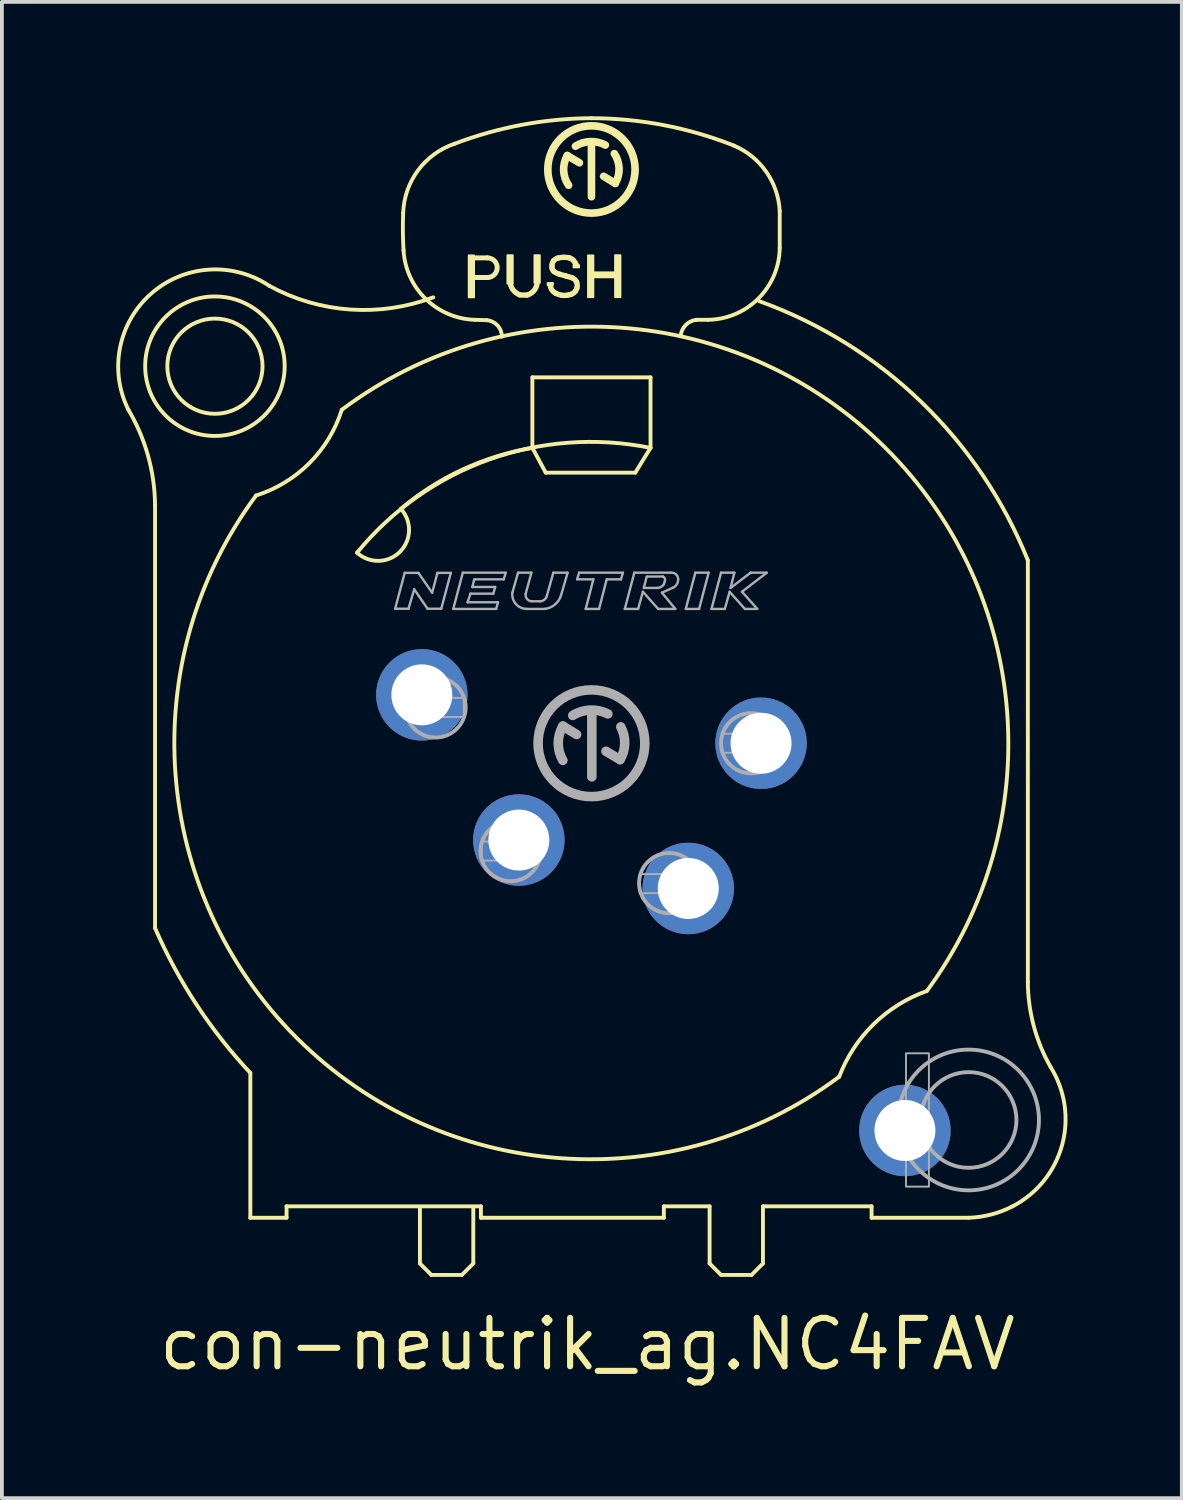
<source format=kicad_pcb>
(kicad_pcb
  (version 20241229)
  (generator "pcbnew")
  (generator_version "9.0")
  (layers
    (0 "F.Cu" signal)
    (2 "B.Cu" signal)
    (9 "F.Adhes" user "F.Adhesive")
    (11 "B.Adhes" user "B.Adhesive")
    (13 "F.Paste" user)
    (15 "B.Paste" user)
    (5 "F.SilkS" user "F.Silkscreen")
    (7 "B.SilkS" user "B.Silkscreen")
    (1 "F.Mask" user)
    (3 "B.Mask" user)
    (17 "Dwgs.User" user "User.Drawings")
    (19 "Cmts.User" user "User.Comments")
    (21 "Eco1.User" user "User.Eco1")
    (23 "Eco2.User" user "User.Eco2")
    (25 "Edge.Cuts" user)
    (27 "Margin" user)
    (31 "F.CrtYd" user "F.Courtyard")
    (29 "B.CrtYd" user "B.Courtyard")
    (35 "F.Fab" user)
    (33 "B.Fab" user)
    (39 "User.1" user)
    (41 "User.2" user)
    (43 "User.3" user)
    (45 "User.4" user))
  (footprint "con-neutrik_ag.NC4FAV"
    (layer "F.Cu")
    (at 12.468 16.451)
    (property "Reference" "con-neutrik_ag.NC4FAV" (at -11.43 16.51 0) (layer "F.SilkS") (effects (font (size 1.27 1.27) (thickness 0.16)) (justify left bottom)))
    (attr through_hole)
    (fp_line (start -11.45 -6.25) (end -11.45 4.85) (stroke (width 0.102) (type default)) (layer "F.SilkS"))
    (fp_line (start -8.95 8.65) (end -8.95 12.45) (stroke (width 0.102) (type default)) (layer "F.SilkS"))
    (fp_line (start -8.95 12.45) (end -8 12.45) (stroke (width 0.102) (type default)) (layer "F.SilkS"))
    (fp_line (start -8 12.15) (end -2.9 12.15) (stroke (width 0.102) (type default)) (layer "F.SilkS"))
    (fp_line (start -8 12.45) (end -8 12.15) (stroke (width 0.102) (type default)) (layer "F.SilkS"))
    (fp_line (start -4.5 12.2) (end -4.5 13.65) (stroke (width 0.102) (type default)) (layer "F.SilkS"))
    (fp_line (start -4.5 13.65) (end -4.2 13.95) (stroke (width 0.102) (type default)) (layer "F.SilkS"))
    (fp_line (start -4.2 13.95) (end -3.4 13.95) (stroke (width 0.102) (type default)) (layer "F.SilkS"))
    (fp_line (start -3.4 13.95) (end -3.1 13.65) (stroke (width 0.102) (type default)) (layer "F.SilkS"))
    (fp_line (start -3.13 -12.735) (end -2.73 -12.735) (stroke (width 0.13) (type default)) (layer "F.SilkS"))
    (fp_line (start -3.1 13.65) (end -3.1 12.2) (stroke (width 0.102) (type default)) (layer "F.SilkS"))
    (fp_line (start -2.9 12.15) (end -2.9 12.45) (stroke (width 0.102) (type default)) (layer "F.SilkS"))
    (fp_line (start -2.9 12.45) (end 1.9 12.45) (stroke (width 0.102) (type default)) (layer "F.SilkS"))
    (fp_line (start -2.75 -11.1) (end -3.06 -11.11) (stroke (width 0.102) (type default)) (layer "F.SilkS"))
    (fp_line (start -2.72 -12.22) (end -3.11 -12.22) (stroke (width 0.13) (type default)) (layer "F.SilkS"))
    (fp_line (start -1.55 -9.6) (end -1.55 -7.75) (stroke (width 0.102) (type default)) (layer "F.SilkS"))
    (fp_line (start -1.55 -7.75) (end -1.2 -7.1) (stroke (width 0.102) (type default)) (layer "F.SilkS"))
    (fp_line (start -1.2 -7.1) (end 1.15 -7.1) (stroke (width 0.102) (type default)) (layer "F.SilkS"))
    (fp_line (start -1.08 -12.01) (end -1.075 -11.985) (stroke (width 0.14) (type default)) (layer "F.SilkS"))
    (fp_line (start -0.315 -15.23) (end -0.635 -15.42) (stroke (width 0.2) (type default)) (layer "F.SilkS"))
    (fp_line (start 0 -14.34) (end 0 -15.73) (stroke (width 0.2) (type default)) (layer "F.SilkS"))
    (fp_line (start 0.32 -14.875) (end 0.625 -14.69) (stroke (width 0.2) (type default)) (layer "F.SilkS"))
    (fp_line (start 1.15 -7.1) (end 1.55 -7.75) (stroke (width 0.102) (type default)) (layer "F.SilkS"))
    (fp_line (start 1.55 -9.6) (end -1.55 -9.6) (stroke (width 0.102) (type default)) (layer "F.SilkS"))
    (fp_line (start 1.55 -7.75) (end 1.55 -9.6) (stroke (width 0.102) (type default)) (layer "F.SilkS"))
    (fp_line (start 1.9 12.15) (end 3.1 12.15) (stroke (width 0.102) (type default)) (layer "F.SilkS"))
    (fp_line (start 1.9 12.45) (end 1.9 12.15) (stroke (width 0.102) (type default)) (layer "F.SilkS"))
    (fp_line (start 3.1 12.15) (end 3.1 13.65) (stroke (width 0.102) (type default)) (layer "F.SilkS"))
    (fp_line (start 3.1 13.65) (end 3.4 13.95) (stroke (width 0.102) (type default)) (layer "F.SilkS"))
    (fp_line (start 3.4 13.95) (end 4.2 13.95) (stroke (width 0.102) (type default)) (layer "F.SilkS"))
    (fp_line (start 4.2 13.95) (end 4.5 13.65) (stroke (width 0.102) (type default)) (layer "F.SilkS"))
    (fp_line (start 4.5 12.15) (end 7.35 12.15) (stroke (width 0.102) (type default)) (layer "F.SilkS"))
    (fp_line (start 4.5 13.65) (end 4.5 12.15) (stroke (width 0.102) (type default)) (layer "F.SilkS"))
    (fp_line (start 4.94 -13.96) (end 4.94 -13) (stroke (width 0.102) (type default)) (layer "F.SilkS"))
    (fp_line (start 7.35 12.15) (end 7.35 12.45) (stroke (width 0.102) (type default)) (layer "F.SilkS"))
    (fp_line (start 7.35 12.45) (end 9.9 12.45) (stroke (width 0.102) (type default)) (layer "F.SilkS"))
    (fp_line (start 11.45 6.25) (end 11.45 -4.8) (stroke (width 0.102) (type default)) (layer "F.SilkS"))
    (fp_rect (start -3.22 -11.7) (end -3.08 -12.8) (stroke (width 0.05) (type default)) (fill yes) (layer "F.SilkS"))
    (fp_rect (start -2.205 -12.06) (end -2.065 -12.805) (stroke (width 0.05) (type default)) (fill yes) (layer "F.SilkS"))
    (fp_rect (start -1.495 -12.08) (end -1.355 -12.805) (stroke (width 0.05) (type default)) (fill yes) (layer "F.SilkS"))
    (fp_rect (start -1.15 -12.025) (end -1.01 -12.075) (stroke (width 0.05) (type default)) (fill yes) (layer "F.SilkS"))
    (fp_rect (start -0.47 -12.485) (end -0.325 -12.545) (stroke (width 0.05) (type default)) (fill yes) (layer "F.SilkS"))
    (fp_rect (start -0.09 -11.705) (end 0.05 -12.8) (stroke (width 0.05) (type default)) (fill yes) (layer "F.SilkS"))
    (fp_rect (start 0.035 -12.225) (end 0.64 -12.355) (stroke (width 0.05) (type default)) (fill yes) (layer "F.SilkS"))
    (fp_rect (start 0.62 -11.705) (end 0.76 -12.805) (stroke (width 0.05) (type default)) (fill yes) (layer "F.SilkS"))
    (fp_arc (start -12.15 -8.75) (mid -11.634641 -7.5463) (end -11.45 -6.25) (stroke (width 0.1016) (type default)) (layer "F.SilkS"))
    (fp_arc (start -12.15 -8.75) (mid -11.550563 -11.798718) (end -8.45 -12) (stroke (width 0.1016) (type default)) (layer "F.SilkS"))
    (fp_arc (start -8.95 8.65) (mid -10.362445 6.856872) (end -11.45 4.85) (stroke (width 0.1016) (type default)) (layer "F.SilkS"))
    (fp_arc (start -6.55 -8.75) (mid -7.399996 -7.349996) (end -8.8 -6.5) (stroke (width 0.1016) (type default)) (layer "F.SilkS"))
    (fp_arc (start -6.55 -8.75) (mid 7.709647 -7.752825) (end 8.8 6.5) (stroke (width 0.1016) (type default)) (layer "F.SilkS"))
    (fp_arc (start -6.15 -5) (mid -2.682297 -7.445431) (end 1.55 -7.75) (stroke (width 0.1016) (type default)) (layer "F.SilkS"))
    (fp_arc (start -5 -6.15) (mid -5.024457 -5.024457) (end -6.15 -5) (stroke (width 0.1016) (type default)) (layer "F.SilkS"))
    (fp_arc (start -5 -6.15) (mid -3.382475 -7.181744) (end -1.55 -7.75) (stroke (width 0.1016) (type default)) (layer "F.SilkS"))
    (fp_arc (start -4.94 -13.91) (mid -4.55018 -15.031535) (end -3.59 -15.73) (stroke (width 0.1016) (type default)) (layer "F.SilkS"))
    (fp_arc (start -4.93 -12.93) (mid -4.946992 -13.419878) (end -4.94 -13.91) (stroke (width 0.1016) (type default)) (layer "F.SilkS"))
    (fp_arc (start -4.15 -11.7) (mid -6.332781 -11.380141) (end -8.45 -12) (stroke (width 0.1016) (type default)) (layer "F.SilkS"))
    (fp_arc (start -3.59 -15.73) (mid -1.825069 -16.226116) (end 0 -16.4) (stroke (width 0.1016) (type default)) (layer "F.SilkS"))
    (fp_arc (start -3.06 -11.11) (mid -4.347878 -11.657427) (end -4.93 -12.93) (stroke (width 0.1016) (type default)) (layer "F.SilkS"))
    (fp_arc (start -2.75 -11.1) (mid -2.465454 -10.963647) (end -2.35 -10.67) (stroke (width 0.1016) (type default)) (layer "F.SilkS"))
    (fp_arc (start -2.73 -12.735) (mid -2.472451 -12.482404) (end -2.72 -12.22) (stroke (width 0.13) (type default)) (layer "F.SilkS"))
    (fp_arc (start -1.88 -11.765) (mid -2.064528 -11.907658) (end -2.135 -12.13) (stroke (width 0.14) (type default)) (layer "F.SilkS"))
    (fp_arc (start -1.69 -11.76) (mid -1.785118 -11.758012) (end -1.88 -11.765) (stroke (width 0.14) (type default)) (layer "F.SilkS"))
    (fp_arc (start -1.425 -12.13) (mid -1.491164 -11.897489) (end -1.69 -11.76) (stroke (width 0.14) (type default)) (layer "F.SilkS"))
    (fp_arc (start -1.035 -12.545) (mid -1.023242 -12.602997) (end -0.995 -12.655) (stroke (width 0.14) (type default)) (layer "F.SilkS"))
    (fp_arc (start -1.035 -12.475) (mid -1.035897 -12.51) (end -1.035 -12.545) (stroke (width 0.14) (type default)) (layer "F.SilkS"))
    (fp_arc (start -0.995 -12.655) (mid -0.944061 -12.70256) (end -0.88 -12.73) (stroke (width 0.14) (type default)) (layer "F.SilkS"))
    (fp_arc (start -0.98 -12.375) (mid -1.018985 -12.418684) (end -1.035 -12.475) (stroke (width 0.14) (type default)) (layer "F.SilkS"))
    (fp_arc (start -0.945 -11.81) (mid -1.029639 -11.882911) (end -1.075 -11.985) (stroke (width 0.14) (type default)) (layer "F.SilkS"))
    (fp_arc (start -0.88 -12.73) (mid -0.805495 -12.743715) (end -0.73 -12.75) (stroke (width 0.14) (type default)) (layer "F.SilkS"))
    (fp_arc (start -0.835 -12.305) (mid -0.910421 -12.33395) (end -0.98 -12.375) (stroke (width 0.14) (type default)) (layer "F.SilkS"))
    (fp_arc (start -0.785 -11.755) (mid -0.867193 -11.776119) (end -0.945 -11.81) (stroke (width 0.14) (type default)) (layer "F.SilkS"))
    (fp_arc (start -0.73 -12.75) (mid -0.654498 -12.747518) (end -0.58 -12.735) (stroke (width 0.14) (type default)) (layer "F.SilkS"))
    (fp_arc (start -0.67 -12.26) (mid -0.752692 -12.281798) (end -0.835 -12.305) (stroke (width 0.14) (type default)) (layer "F.SilkS"))
    (fp_arc (start -0.67 -12.26) (mid -0.592125 -12.238792) (end -0.515 -12.215) (stroke (width 0.14) (type default)) (layer "F.SilkS"))
    (fp_arc (start -0.635 -11.755) (mid -0.71 -11.748536) (end -0.785 -11.755) (stroke (width 0.14) (type default)) (layer "F.SilkS"))
    (fp_arc (start -0.6 -14.64) (mid -0.729533 -15.024973) (end -0.635 -15.42) (stroke (width 0.2) (type default)) (layer "F.SilkS"))
    (fp_arc (start -0.58 -12.735) (mid -0.525361 -12.712732) (end -0.48 -12.675) (stroke (width 0.14) (type default)) (layer "F.SilkS"))
    (fp_arc (start -0.545 -11.775) (mid -0.589766 -11.763948) (end -0.635 -11.755) (stroke (width 0.14) (type default)) (layer "F.SilkS"))
    (fp_arc (start -0.515 -12.215) (mid -0.43997 -12.171119) (end -0.39 -12.1) (stroke (width 0.14) (type default)) (layer "F.SilkS"))
    (fp_arc (start -0.48 -12.675) (mid -0.448393 -12.636205) (end -0.42 -12.595) (stroke (width 0.14) (type default)) (layer "F.SilkS"))
    (fp_arc (start -0.42 -15.665) (mid -0.031558 -15.786174) (end 0.365 -15.695) (stroke (width 0.2) (type default)) (layer "F.SilkS"))
    (fp_arc (start -0.42 -12.595) (mid -0.409614 -12.577721) (end -0.4 -12.56) (stroke (width 0.14) (type default)) (layer "F.SilkS"))
    (fp_arc (start -0.42 -11.865) (mid -0.474346 -11.808675) (end -0.545 -11.775) (stroke (width 0.14) (type default)) (layer "F.SilkS"))
    (fp_arc (start -0.39 -12.1) (mid -0.372108 -12.017966) (end -0.385 -11.935) (stroke (width 0.14) (type default)) (layer "F.SilkS"))
    (fp_arc (start -0.385 -11.935) (mid -0.40031 -11.898905) (end -0.42 -11.865) (stroke (width 0.14) (type default)) (layer "F.SilkS"))
    (fp_arc (start 0 -16.4) (mid 1.903896 -16.21607) (end 3.74 -15.68) (stroke (width 0.1016) (type default)) (layer "F.SilkS"))
    (fp_arc (start 0.6 -15.47) (mid 0.725239 -15.083613) (end 0.625 -14.69) (stroke (width 0.2) (type default)) (layer "F.SilkS"))
    (fp_arc (start 2.34 -10.68) (mid 2.468258 -10.968173) (end 2.75 -11.11) (stroke (width 0.1016) (type default)) (layer "F.SilkS"))
    (fp_arc (start 2.75 -11.11) (mid 2.9 -11.110782) (end 3.05 -11.11) (stroke (width 0.1016) (type default)) (layer "F.SilkS"))
    (fp_arc (start 3.74 -15.68) (mid 4.587041 -14.992354) (end 4.94 -13.96) (stroke (width 0.1016) (type default)) (layer "F.SilkS"))
    (fp_arc (start 4.4 -11.6) (mid 8.653125 -8.954894) (end 11.45 -4.8) (stroke (width 0.1016) (type default)) (layer "F.SilkS"))
    (fp_arc (start 4.94 -13) (mid 4.380591 -11.669409) (end 3.05 -11.11) (stroke (width 0.1016) (type default)) (layer "F.SilkS"))
    (fp_arc (start 6.5 8.75) (mid -7.733301 7.729886) (end -8.8 -6.5) (stroke (width 0.1016) (type default)) (layer "F.SilkS"))
    (fp_arc (start 6.5 8.75) (mid 7.40247 7.371969) (end 8.8 6.5) (stroke (width 0.1016) (type default)) (layer "F.SilkS"))
    (fp_arc (start 11.05 12.15) (mid 10.491533 12.363377) (end 9.9 12.45) (stroke (width 0.1016) (type default)) (layer "F.SilkS"))
    (fp_arc (start 12.05 8.5) (mid 12.348211 10.543688) (end 11.05 12.15) (stroke (width 0.1016) (type default)) (layer "F.SilkS"))
    (fp_arc (start 12.05 8.5) (mid 11.603713 7.41401) (end 11.45 6.25) (stroke (width 0.1016) (type default)) (layer "F.SilkS"))
    (fp_circle (center -9.879 -9.893) (end -8.63 -9.893) (stroke (width 0.102) (type default)) (fill no) (layer "F.SilkS"))
    (fp_circle (center -9.879 -9.893) (end -8.049 -9.893) (stroke (width 0.102) (type default)) (fill no) (layer "F.SilkS"))
    (fp_circle (center 0 -15.055) (end 1.145 -15.055) (stroke (width 0.2) (type default)) (fill no) (layer "F.SilkS"))
    (fp_line (start -5.15 -3.53) (end -4.9 -4.47) (stroke (width 0.063) (type default)) (layer "F.Fab"))
    (fp_line (start -4.9 -4.47) (end -4.54 -4.47) (stroke (width 0.063) (type default)) (layer "F.Fab"))
    (fp_line (start -4.8 -3.53) (end -5.15 -3.53) (stroke (width 0.063) (type default)) (layer "F.Fab"))
    (fp_line (start -4.65 -4.04) (end -4.8 -3.53) (stroke (width 0.063) (type default)) (layer "F.Fab"))
    (fp_line (start -4.54 -4.47) (end -4.18 -3.95) (stroke (width 0.063) (type default)) (layer "F.Fab"))
    (fp_line (start -4.3 -3.53) (end -4.65 -4.04) (stroke (width 0.063) (type default)) (layer "F.Fab"))
    (fp_line (start -4.18 -3.95) (end -4.04 -4.47) (stroke (width 0.063) (type default)) (layer "F.Fab"))
    (fp_line (start -4.04 -4.47) (end -3.69 -4.47) (stroke (width 0.063) (type default)) (layer "F.Fab"))
    (fp_line (start -3.94 -3.53) (end -4.3 -3.53) (stroke (width 0.063) (type default)) (layer "F.Fab"))
    (fp_line (start -3.69 -4.47) (end -3.94 -3.53) (stroke (width 0.063) (type default)) (layer "F.Fab"))
    (fp_line (start -3.625 -3.525) (end -3.375 -4.475) (stroke (width 0.063) (type default)) (layer "F.Fab"))
    (fp_line (start -3.375 -4.475) (end -2.25 -4.475) (stroke (width 0.063) (type default)) (layer "F.Fab"))
    (fp_line (start -3.25 -3.7) (end -2.45 -3.7) (stroke (width 0.063) (type default)) (layer "F.Fab"))
    (fp_line (start -3.175 -3.925) (end -3.25 -3.7) (stroke (width 0.063) (type default)) (layer "F.Fab"))
    (fp_line (start -3.125 -4.1) (end -2.525 -4.1) (stroke (width 0.063) (type default)) (layer "F.Fab"))
    (fp_line (start -3.075 -4.3) (end -3.125 -4.1) (stroke (width 0.063) (type default)) (layer "F.Fab"))
    (fp_line (start -2.575 -3.925) (end -3.175 -3.925) (stroke (width 0.063) (type default)) (layer "F.Fab"))
    (fp_line (start -2.525 -4.1) (end -2.575 -3.925) (stroke (width 0.063) (type default)) (layer "F.Fab"))
    (fp_line (start -2.5 -3.525) (end -3.625 -3.525) (stroke (width 0.063) (type default)) (layer "F.Fab"))
    (fp_line (start -2.45 -3.7) (end -2.5 -3.525) (stroke (width 0.063) (type default)) (layer "F.Fab"))
    (fp_line (start -2.3 -4.3) (end -3.075 -4.3) (stroke (width 0.063) (type default)) (layer "F.Fab"))
    (fp_line (start -2.25 -4.475) (end -2.3 -4.3) (stroke (width 0.063) (type default)) (layer "F.Fab"))
    (fp_line (start -2.075 -3.95) (end -1.925 -4.475) (stroke (width 0.063) (type default)) (layer "F.Fab"))
    (fp_line (start -1.925 -4.475) (end -1.575 -4.475) (stroke (width 0.063) (type default)) (layer "F.Fab"))
    (fp_line (start -1.575 -4.475) (end -1.725 -3.925) (stroke (width 0.063) (type default)) (layer "F.Fab"))
    (fp_line (start -1.575 -3.725) (end -1.35 -3.725) (stroke (width 0.063) (type default)) (layer "F.Fab"))
    (fp_line (start -1.225 -3.525) (end -1.7 -3.525) (stroke (width 0.063) (type default)) (layer "F.Fab"))
    (fp_line (start -1.175 -3.85) (end -1 -4.475) (stroke (width 0.063) (type default)) (layer "F.Fab"))
    (fp_line (start -1 -4.475) (end -0.625 -4.475) (stroke (width 0.063) (type default)) (layer "F.Fab"))
    (fp_line (start -0.75 -0.45) (end -0.39 -0.23) (stroke (width 0.25) (type default)) (layer "F.Fab"))
    (fp_line (start -0.625 -4.475) (end -0.8 -3.875) (stroke (width 0.063) (type default)) (layer "F.Fab"))
    (fp_line (start -0.375 -4.3) (end -0.325 -4.475) (stroke (width 0.063) (type default)) (layer "F.Fab"))
    (fp_line (start -0.325 -4.475) (end 0.825 -4.475) (stroke (width 0.063) (type default)) (layer "F.Fab"))
    (fp_line (start -0.15 -3.525) (end 0.05 -4.3) (stroke (width 0.063) (type default)) (layer "F.Fab"))
    (fp_line (start 0.01 0.88) (end 0.01 -0.78) (stroke (width 0.25) (type default)) (layer "F.Fab"))
    (fp_line (start 0.05 -4.3) (end -0.375 -4.3) (stroke (width 0.063) (type default)) (layer "F.Fab"))
    (fp_line (start 0.2 -3.525) (end -0.15 -3.525) (stroke (width 0.063) (type default)) (layer "F.Fab"))
    (fp_line (start 0.38 0.21) (end 0.75 0.43) (stroke (width 0.25) (type default)) (layer "F.Fab"))
    (fp_line (start 0.4 -4.3) (end 0.2 -3.525) (stroke (width 0.063) (type default)) (layer "F.Fab"))
    (fp_line (start 0.775 -4.3) (end 0.4 -4.3) (stroke (width 0.063) (type default)) (layer "F.Fab"))
    (fp_line (start 0.825 -4.475) (end 0.775 -4.3) (stroke (width 0.063) (type default)) (layer "F.Fab"))
    (fp_line (start 0.875 -3.525) (end 1.125 -4.475) (stroke (width 0.063) (type default)) (layer "F.Fab"))
    (fp_line (start 1.125 -4.475) (end 2.075 -4.475) (stroke (width 0.063) (type default)) (layer "F.Fab"))
    (fp_line (start 1.225 -3.525) (end 0.875 -3.525) (stroke (width 0.063) (type default)) (layer "F.Fab"))
    (fp_line (start 1.35 -3.975) (end 1.225 -3.525) (stroke (width 0.063) (type default)) (layer "F.Fab"))
    (fp_line (start 1.375 -4.075) (end 1.725 -4.075) (stroke (width 0.063) (type default)) (layer "F.Fab"))
    (fp_line (start 1.45 -4.375) (end 1.375 -4.075) (stroke (width 0.063) (type default)) (layer "F.Fab"))
    (fp_line (start 1.75 -3.525) (end 1.35 -3.975) (stroke (width 0.063) (type default)) (layer "F.Fab"))
    (fp_line (start 1.85 -3.95) (end 2.2 -3.525) (stroke (width 0.063) (type default)) (layer "F.Fab"))
    (fp_line (start 1.875 -4.375) (end 1.475 -4.375) (stroke (width 0.063) (type default)) (layer "F.Fab"))
    (fp_line (start 1.9 -4.175) (end 1.925 -4.25) (stroke (width 0.063) (type default)) (layer "F.Fab"))
    (fp_line (start 2.125 -4.075) (end 1.85 -3.95) (stroke (width 0.063) (type default)) (layer "F.Fab"))
    (fp_line (start 2.2 -3.525) (end 1.75 -3.525) (stroke (width 0.063) (type default)) (layer "F.Fab"))
    (fp_line (start 2.475 -3.525) (end 2.725 -4.475) (stroke (width 0.063) (type default)) (layer "F.Fab"))
    (fp_line (start 2.725 -4.475) (end 3.075 -4.475) (stroke (width 0.063) (type default)) (layer "F.Fab"))
    (fp_line (start 2.825 -3.525) (end 2.475 -3.525) (stroke (width 0.063) (type default)) (layer "F.Fab"))
    (fp_line (start 3.075 -4.475) (end 2.825 -3.525) (stroke (width 0.063) (type default)) (layer "F.Fab"))
    (fp_line (start 3.15 -3.525) (end 3.5 -3.525) (stroke (width 0.063) (type default)) (layer "F.Fab"))
    (fp_line (start 3.4 -4.475) (end 3.15 -3.525) (stroke (width 0.063) (type default)) (layer "F.Fab"))
    (fp_line (start 3.5 -3.525) (end 3.625 -3.975) (stroke (width 0.063) (type default)) (layer "F.Fab"))
    (fp_line (start 3.625 -3.975) (end 4.025 -3.525) (stroke (width 0.063) (type default)) (layer "F.Fab"))
    (fp_line (start 3.65 -4.075) (end 3.75 -4.475) (stroke (width 0.063) (type default)) (layer "F.Fab"))
    (fp_line (start 3.75 -4.475) (end 3.4 -4.475) (stroke (width 0.063) (type default)) (layer "F.Fab"))
    (fp_line (start 3.95 -3.975) (end 4.6 -4.475) (stroke (width 0.063) (type default)) (layer "F.Fab"))
    (fp_line (start 4.025 -3.525) (end 4.35 -3.525) (stroke (width 0.063) (type default)) (layer "F.Fab"))
    (fp_line (start 4.175 -4.475) (end 3.65 -4.075) (stroke (width 0.063) (type default)) (layer "F.Fab"))
    (fp_line (start 4.35 -3.525) (end 3.95 -3.975) (stroke (width 0.063) (type default)) (layer "F.Fab"))
    (fp_line (start 4.6 -4.475) (end 4.175 -4.475) (stroke (width 0.063) (type default)) (layer "F.Fab"))
    (fp_rect (start -4.85 -0.69) (end -3.35 -1.19) (stroke (width 0.05) (type default)) (fill no) (layer "F.Fab"))
    (fp_rect (start -2.88 3.08) (end -1.36 2.58) (stroke (width 0.05) (type default)) (fill no) (layer "F.Fab"))
    (fp_rect (start 1.266 3.933) (end 2.796 3.433) (stroke (width 0.05) (type default)) (fill no) (layer "F.Fab"))
    (fp_rect (start 3.42 0.25) (end 4.95 -0.25) (stroke (width 0.05) (type default)) (fill no) (layer "F.Fab"))
    (fp_rect (start 8.253 11.633) (end 8.854 8.135) (stroke (width 0.05) (type default)) (fill no) (layer "F.Fab"))
    (fp_arc (start -1.7 -3.525) (mid -1.982521 -3.653658) (end -2.075 -3.95) (stroke (width 0.0634) (type default)) (layer "F.Fab"))
    (fp_arc (start -1.575 -3.725) (mid -1.69424 -3.79182) (end -1.725 -3.925) (stroke (width 0.0634) (type default)) (layer "F.Fab"))
    (fp_arc (start -1.175 -3.85) (mid -1.243079 -3.760311) (end -1.35 -3.725) (stroke (width 0.0634) (type default)) (layer "F.Fab"))
    (fp_arc (start -0.8 -3.875) (mid -0.960312 -3.636629) (end -1.225 -3.525) (stroke (width 0.0634) (type default)) (layer "F.Fab"))
    (fp_arc (start -0.75 0.45) (mid -0.871403 0) (end -0.75 -0.45) (stroke (width 0.25) (type default)) (layer "F.Fab"))
    (fp_arc (start -0.49 -0.73) (mid -0.035246 -0.870662) (end 0.43 -0.77) (stroke (width 0.25) (type default)) (layer "F.Fab"))
    (fp_arc (start 0.77 -0.43) (mid 0.873225 0.002633) (end 0.75 0.43) (stroke (width 0.25) (type default)) (layer "F.Fab"))
    (fp_arc (start 1.875 -4.375) (mid 1.925888 -4.322855) (end 1.925 -4.25) (stroke (width 0.0634) (type default)) (layer "F.Fab"))
    (fp_arc (start 1.9 -4.175) (mid 1.82636 -4.100745) (end 1.725 -4.075) (stroke (width 0.0634) (type default)) (layer "F.Fab"))
    (fp_arc (start 2.075 -4.475) (mid 2.215618 -4.433921) (end 2.275 -4.3) (stroke (width 0.0634) (type default)) (layer "F.Fab"))
    (fp_arc (start 2.275 -4.3) (mid 2.235142 -4.164072) (end 2.125 -4.075) (stroke (width 0.0634) (type default)) (layer "F.Fab"))
    (fp_circle (center -4.09 -0.94) (end -3.3 -0.94) (stroke (width 0.102) (type default)) (fill no) (layer "F.Fab"))
    (fp_circle (center -2.12 2.83) (end -1.33 2.83) (stroke (width 0.102) (type default)) (fill no) (layer "F.Fab"))
    (fp_circle (center 0 0) (end 1.4 0) (stroke (width 0.25) (type default)) (fill no) (layer "F.Fab"))
    (fp_circle (center 2.04 3.67) (end 2.83 3.67) (stroke (width 0.102) (type default)) (fill no) (layer "F.Fab"))
    (fp_circle (center 4.19 0) (end 4.98 0) (stroke (width 0.102) (type default)) (fill no) (layer "F.Fab"))
    (fp_circle (center 9.895 9.884) (end 11.15 9.884) (stroke (width 0.102) (type default)) (fill no) (layer "F.Fab"))
    (fp_circle (center 9.895 9.884) (end 11.741 9.884) (stroke (width 0.102) (type default)) (fill no) (layer "F.Fab"))
    (pad "1" thru_hole circle (at 4.45 0) (size 2.4 2.4) (drill 1.6) (layers "*.Cu" "*.Mask"))
    (pad "2" thru_hole circle (at 2.54 3.81) (size 2.4 2.4) (drill 1.6) (layers "*.Cu" "*.Mask"))
    (pad "3" thru_hole circle (at -1.905 2.54) (size 2.4 2.4) (drill 1.6) (layers "*.Cu" "*.Mask"))
    (pad "4" thru_hole circle (at -4.45 -1.27) (size 2.4 2.4) (drill 1.6) (layers "*.Cu" "*.Mask"))
    (pad "G" thru_hole circle (at 8.225 10.16) (size 2.4 2.4) (drill 1.6) (layers "*.Cu" "*.Mask")))
  (gr_rect
    (start -3 -3)
    (end 27.958 36.258)
    (stroke (width 0.1) (type default))
    (fill no)
    (layer "Edge.Cuts")))
</source>
